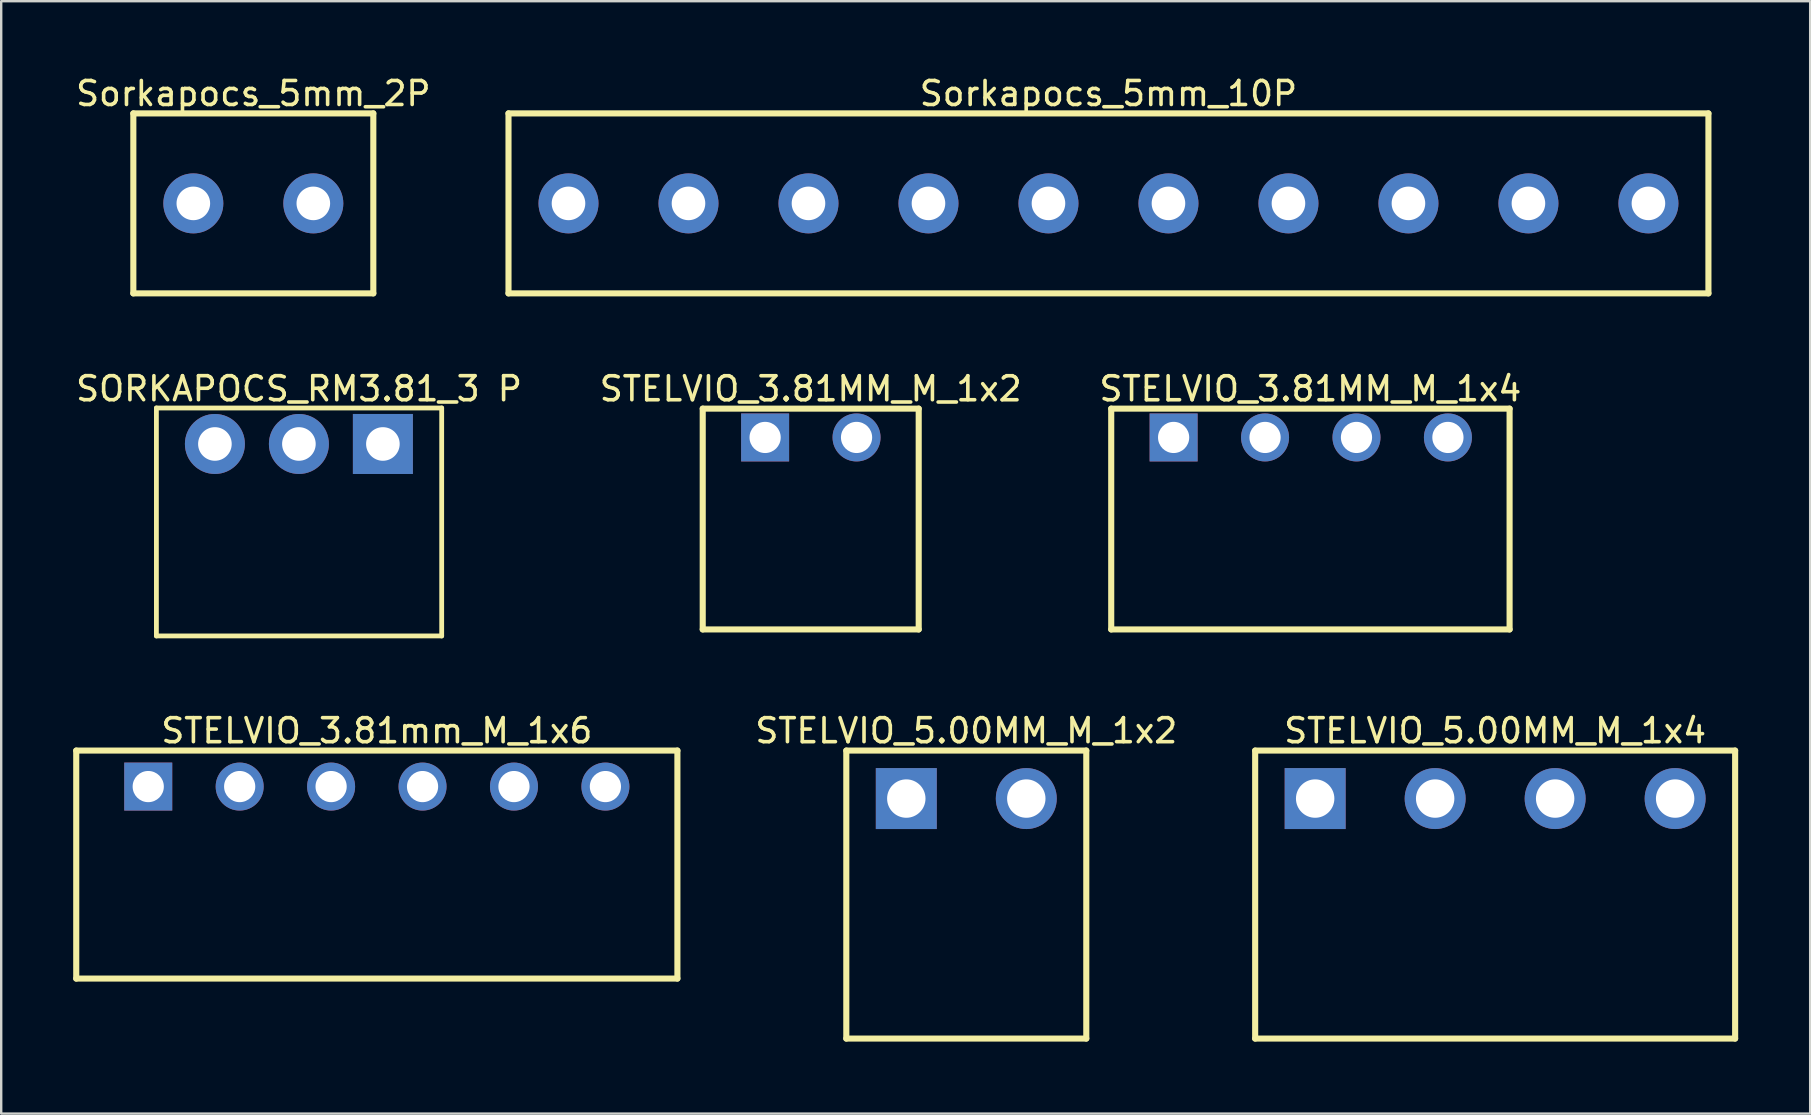
<source format=kicad_pcb>
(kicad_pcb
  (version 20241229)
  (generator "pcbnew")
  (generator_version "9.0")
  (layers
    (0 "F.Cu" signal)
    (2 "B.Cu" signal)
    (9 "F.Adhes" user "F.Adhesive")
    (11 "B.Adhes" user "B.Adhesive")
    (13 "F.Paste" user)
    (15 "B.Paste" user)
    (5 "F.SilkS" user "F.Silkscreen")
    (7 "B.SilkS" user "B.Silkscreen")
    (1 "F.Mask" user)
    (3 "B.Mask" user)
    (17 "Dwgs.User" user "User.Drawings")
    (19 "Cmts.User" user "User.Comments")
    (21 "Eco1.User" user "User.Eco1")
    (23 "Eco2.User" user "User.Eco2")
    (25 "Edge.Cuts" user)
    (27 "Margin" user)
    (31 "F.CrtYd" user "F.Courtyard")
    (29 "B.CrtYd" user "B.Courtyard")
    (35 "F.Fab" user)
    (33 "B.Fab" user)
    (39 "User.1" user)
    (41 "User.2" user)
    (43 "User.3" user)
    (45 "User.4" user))
  (footprint "STELVIO_3.81mm_M_1x6"
    (layer "F.Cu")
    (at 12.652 29.726)
    (property "Reference" "STELVIO_3.81mm_M_1x6" (at 0 -2.327 0) (layer "F.SilkS") (effects (font (size 1 1) (thickness 0.15))))
    (fp_line (start -12.525 -1.5) (end 12.525 -1.5) (stroke (width 0.254) (type solid)) (layer "F.SilkS"))
    (fp_line (start -12.525 8) (end -12.525 -1.5) (stroke (width 0.254) (type solid)) (layer "F.SilkS"))
    (fp_line (start -12.525 8) (end 12.525 8) (stroke (width 0.254) (type solid)) (layer "F.SilkS"))
    (fp_line (start 12.525 8) (end 12.525 -1.5) (stroke (width 0.254) (type solid)) (layer "F.SilkS"))
    (pad "1" thru_hole rect (at -9.525 0) (size 2 2) (drill 1.3) (layers "*.Cu" "*.Mask"))
    (pad "2" thru_hole circle (at -5.715 0) (size 2 2) (drill 1.3) (layers "*.Cu" "*.Mask"))
    (pad "3" thru_hole circle (at -1.905 0) (size 2 2) (drill 1.3) (layers "*.Cu" "*.Mask"))
    (pad "4" thru_hole circle (at 1.905 0) (size 2 2) (drill 1.3) (layers "*.Cu" "*.Mask"))
    (pad "5" thru_hole circle (at 5.715 0) (size 2 2) (drill 1.3) (layers "*.Cu" "*.Mask"))
    (pad "6" thru_hole circle (at 9.525 0) (size 2 2) (drill 1.3) (layers "*.Cu" "*.Mask")))
  (footprint "Sorkapocs_5mm_2P"
    (layer "F.Cu")
    (at 7.506 5.425)
    (property "Reference" "Sorkapocs_5mm_2P" (at 0 -4.577 0) (layer "F.SilkS") (effects (font (size 1 1) (thickness 0.15))))
    (fp_line (start -5 -3.75) (end 5 -3.75) (stroke (width 0.254) (type solid)) (layer "F.SilkS"))
    (fp_line (start -5 3.75) (end -5 -3.75) (stroke (width 0.254) (type solid)) (layer "F.SilkS"))
    (fp_line (start -5 3.75) (end 5 3.75) (stroke (width 0.254) (type solid)) (layer "F.SilkS"))
    (fp_line (start 5 3.75) (end 5 -3.75) (stroke (width 0.254) (type solid)) (layer "F.SilkS"))
    (pad "1" thru_hole circle (at -2.5 0) (size 2.5 2.5) (drill 1.4) (layers "*.Cu" "*.Mask"))
    (pad "2" thru_hole circle (at 2.5 0) (size 2.5 2.5) (drill 1.4) (layers "*.Cu" "*.Mask")))
  (footprint "STELVIO_3.81MM_M_1x2"
    (layer "F.Cu")
    (at 30.737 15.178)
    (property "Reference" "STELVIO_3.81MM_M_1x2" (at -0.005 -2.027 0) (layer "F.SilkS") (effects (font (size 1 1) (thickness 0.15))))
    (fp_line (start -4.505 -1.2) (end 4.495 -1.2) (stroke (width 0.254) (type solid)) (layer "F.SilkS"))
    (fp_line (start -4.505 8) (end -4.505 -1.2) (stroke (width 0.254) (type solid)) (layer "F.SilkS"))
    (fp_line (start -4.505 8) (end 4.495 8) (stroke (width 0.254) (type solid)) (layer "F.SilkS"))
    (fp_line (start 4.495 8) (end 4.495 -1.2) (stroke (width 0.254) (type solid)) (layer "F.SilkS"))
    (pad "1" thru_hole rect (at -1.905 0) (size 2 2) (drill 1.3) (layers "*.Cu" "*.Mask"))
    (pad "2" thru_hole circle (at 1.905 0) (size 2 2) (drill 1.3) (layers "*.Cu" "*.Mask")))
  (footprint "Sorkapocs_5mm_10P"
    (layer "F.Cu")
    (at 43.139 5.425)
    (property "Reference" "Sorkapocs_5mm_10P" (at 0 -4.577 0) (layer "F.SilkS") (effects (font (size 1 1) (thickness 0.15))))
    (fp_line (start -25 -3.75) (end 25 -3.75) (stroke (width 0.254) (type solid)) (layer "F.SilkS"))
    (fp_line (start -25 3.75) (end -25 -3.75) (stroke (width 0.254) (type solid)) (layer "F.SilkS"))
    (fp_line (start -25 3.75) (end 25 3.75) (stroke (width 0.254) (type solid)) (layer "F.SilkS"))
    (fp_line (start 25 3.75) (end 25 -3.75) (stroke (width 0.254) (type solid)) (layer "F.SilkS"))
    (pad "1" thru_hole circle (at -22.5 0) (size 2.5 2.5) (drill 1.4) (layers "*.Cu" "*.Mask"))
    (pad "2" thru_hole circle (at -17.5 0) (size 2.5 2.5) (drill 1.4) (layers "*.Cu" "*.Mask"))
    (pad "3" thru_hole circle (at -12.5 0) (size 2.5 2.5) (drill 1.4) (layers "*.Cu" "*.Mask"))
    (pad "4" thru_hole circle (at -7.5 0) (size 2.5 2.5) (drill 1.4) (layers "*.Cu" "*.Mask"))
    (pad "5" thru_hole circle (at -2.5 0) (size 2.5 2.5) (drill 1.4) (layers "*.Cu" "*.Mask"))
    (pad "6" thru_hole circle (at 2.5 0) (size 2.5 2.5) (drill 1.4) (layers "*.Cu" "*.Mask"))
    (pad "7" thru_hole circle (at 7.5 0) (size 2.5 2.5) (drill 1.4) (layers "*.Cu" "*.Mask"))
    (pad "8" thru_hole circle (at 12.5 0) (size 2.5 2.5) (drill 1.4) (layers "*.Cu" "*.Mask"))
    (pad "9" thru_hole circle (at 17.5 0) (size 2.5 2.5) (drill 1.4) (layers "*.Cu" "*.Mask"))
    (pad "10" thru_hole circle (at 22.5 0) (size 2.5 2.5) (drill 1.4) (layers "*.Cu" "*.Mask")))
  (footprint "STELVIO_5.00MM_M_1x2"
    (layer "F.Cu")
    (at 37.215 30.226)
    (property "Reference" "STELVIO_5.00MM_M_1x2" (at 0.000015 -2.827 0) (layer "F.SilkS") (effects (font (size 1 1) (thickness 0.15))))
    (fp_line (start -5 -2) (end 5 -2) (stroke (width 0.254) (type solid)) (layer "F.SilkS"))
    (fp_line (start -5 10) (end 5 10) (stroke (width 0.254) (type solid)) (layer "F.SilkS"))
    (fp_line (start -5 10) (end -5 -2) (stroke (width 0.254) (type solid)) (layer "F.SilkS"))
    (fp_line (start 5 10) (end 5 -2) (stroke (width 0.254) (type solid)) (layer "F.SilkS"))
    (pad "1" thru_hole rect (at -2.5 0) (size 2.54 2.54) (drill 1.6) (layers "*.Cu" "*.Mask"))
    (pad "2" thru_hole circle (at 2.5 0) (size 2.54 2.54) (drill 1.6) (layers "*.Cu" "*.Mask")))
  (footprint "STELVIO_3.81MM_M_1x4"
    (layer "F.Cu")
    (at 51.569 15.178)
    (property "Reference" "STELVIO_3.81MM_M_1x4" (at -0.015 -2.027 0) (layer "F.SilkS") (effects (font (size 1 1) (thickness 0.15))))
    (fp_line (start -8.315 -1.2) (end 8.285 -1.2) (stroke (width 0.254) (type solid)) (layer "F.SilkS"))
    (fp_line (start -8.315 8) (end -8.315 -1.2) (stroke (width 0.254) (type solid)) (layer "F.SilkS"))
    (fp_line (start -8.315 8) (end 8.285 8) (stroke (width 0.254) (type solid)) (layer "F.SilkS"))
    (fp_line (start 8.285 8) (end 8.285 -1.2) (stroke (width 0.254) (type solid)) (layer "F.SilkS"))
    (pad "1" thru_hole rect (at -5.715 0) (size 2 2) (drill 1.3) (layers "*.Cu" "*.Mask"))
    (pad "2" thru_hole circle (at -1.905 0) (size 2 2) (drill 1.3) (layers "*.Cu" "*.Mask"))
    (pad "3" thru_hole circle (at 1.905 0) (size 2 2) (drill 1.3) (layers "*.Cu" "*.Mask"))
    (pad "4" thru_hole circle (at 5.715 0) (size 2 2) (drill 1.3) (layers "*.Cu" "*.Mask")))
  (footprint "SORKAPOCS_RM3.81_3 P"
    (layer "F.Cu")
    (at 9.405 15.45)
    (property "Reference" "SORKAPOCS_RM3.81_3 P" (at 0.006 -2.3 0) (layer "F.SilkS") (effects (font (size 1 1) (thickness 0.15))))
    (fp_line (start -5.938 -1.5) (end 5.95 -1.5) (stroke (width 0.2) (type solid)) (layer "F.SilkS"))
    (fp_line (start -5.938 8) (end -5.938 -1.5) (stroke (width 0.2) (type solid)) (layer "F.SilkS"))
    (fp_line (start -5.938 8) (end 5.95 8) (stroke (width 0.2) (type solid)) (layer "F.SilkS"))
    (fp_line (start 5.95 8) (end 5.95 -1.5) (stroke (width 0.2) (type solid)) (layer "F.SilkS"))
    (pad "1" thru_hole rect (at 3.5 0 180) (size 2.5 2.5) (drill 1.4) (layers "*.Cu" "*.Mask"))
    (pad "2" thru_hole circle (at 0 0 180) (size 2.5 2.5) (drill 1.4) (layers "*.Cu" "*.Mask"))
    (pad "3" thru_hole circle (at -3.5 0 180) (size 2.5 2.5) (drill 1.4) (layers "*.Cu" "*.Mask")))
  (footprint "STELVIO_5.00MM_M_1x4"
    (layer "F.Cu")
    (at 54.252 30.226)
    (property "Reference" "STELVIO_5.00MM_M_1x4" (at 5 -2.827 0) (layer "F.SilkS") (effects (font (size 1 1) (thickness 0.15))))
    (fp_line (start -5 -2) (end 15 -2) (stroke (width 0.254) (type solid)) (layer "F.SilkS"))
    (fp_line (start -5 10) (end 15 10) (stroke (width 0.254) (type solid)) (layer "F.SilkS"))
    (fp_line (start -5 10) (end -5 -2) (stroke (width 0.254) (type solid)) (layer "F.SilkS"))
    (fp_line (start 15 10) (end 15 -2) (stroke (width 0.254) (type solid)) (layer "F.SilkS"))
    (pad "1" thru_hole rect (at -2.5 0) (size 2.54 2.54) (drill 1.6) (layers "*.Cu" "*.Mask"))
    (pad "2" thru_hole circle (at 2.5 0) (size 2.54 2.54) (drill 1.6) (layers "*.Cu" "*.Mask"))
    (pad "3" thru_hole circle (at 7.5 0) (size 2.54 2.54) (drill 1.6) (layers "*.Cu" "*.Mask"))
    (pad "4" thru_hole circle (at 12.5 0) (size 2.54 2.54) (drill 1.6) (layers "*.Cu" "*.Mask")))
  (gr_rect
    (start -3 -3)
    (end 72.379 43.353)
    (stroke (width 0.1) (type default))
    (fill no)
    (layer "Edge.Cuts")))
</source>
